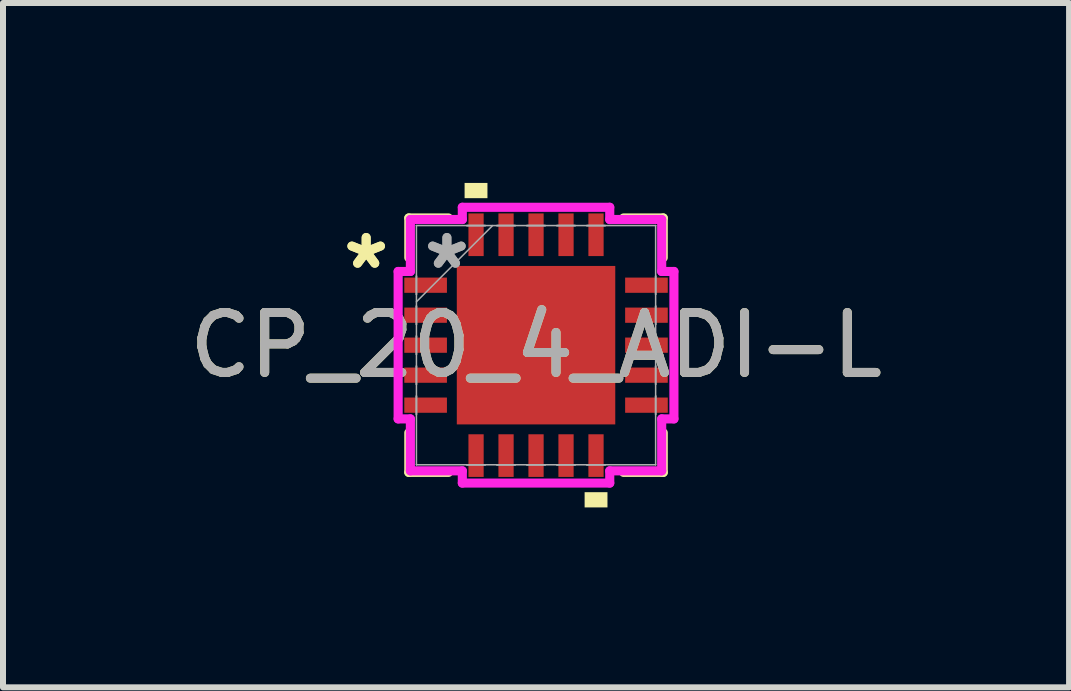
<source format=kicad_pcb>
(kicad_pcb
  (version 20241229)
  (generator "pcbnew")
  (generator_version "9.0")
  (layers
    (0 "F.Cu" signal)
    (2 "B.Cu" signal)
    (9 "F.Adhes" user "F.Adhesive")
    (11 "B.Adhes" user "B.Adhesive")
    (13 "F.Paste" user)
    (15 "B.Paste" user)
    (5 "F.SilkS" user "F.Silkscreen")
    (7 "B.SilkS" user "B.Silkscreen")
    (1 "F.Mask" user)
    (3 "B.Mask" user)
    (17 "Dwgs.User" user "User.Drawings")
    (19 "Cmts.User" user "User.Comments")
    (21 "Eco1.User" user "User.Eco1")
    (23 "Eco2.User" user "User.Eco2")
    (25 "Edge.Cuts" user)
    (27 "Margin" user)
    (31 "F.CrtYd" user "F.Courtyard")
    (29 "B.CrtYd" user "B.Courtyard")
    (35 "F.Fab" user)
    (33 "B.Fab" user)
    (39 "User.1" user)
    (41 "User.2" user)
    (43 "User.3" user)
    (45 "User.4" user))
  (footprint "CP_20_4_ADI-L"
    (layer "F.Cu")
    (at 5.887 2.705)
    (property "Reference" "CP_20_4_ADI-L" (at 0 0 0) (unlocked yes) (layer "F.SilkS") (effects (font (size 1 1) (thickness 0.15))))
    (attr smd)
    (fp_line (start -2.121 -2.121) (end -2.121 -1.46) (stroke (width 0.152) (type solid)) (layer "F.SilkS"))
    (fp_line (start -2.121 1.46) (end -2.121 2.121) (stroke (width 0.152) (type solid)) (layer "F.SilkS"))
    (fp_line (start -2.121 2.121) (end -1.46 2.121) (stroke (width 0.152) (type solid)) (layer "F.SilkS"))
    (fp_line (start -1.46 -2.121) (end -2.121 -2.121) (stroke (width 0.152) (type solid)) (layer "F.SilkS"))
    (fp_line (start 1.46 2.121) (end 2.121 2.121) (stroke (width 0.152) (type solid)) (layer "F.SilkS"))
    (fp_line (start 2.121 -2.121) (end 1.46 -2.121) (stroke (width 0.152) (type solid)) (layer "F.SilkS"))
    (fp_line (start 2.121 -1.46) (end 2.121 -2.121) (stroke (width 0.152) (type solid)) (layer "F.SilkS"))
    (fp_line (start 2.121 2.121) (end 2.121 1.46) (stroke (width 0.152) (type solid)) (layer "F.SilkS"))
    (fp_poly (pts (xy -1.191 -2.451) (xy -1.191 -2.705) (xy -0.81 -2.705) (xy -0.81 -2.451)) (stroke (width 0) (type solid)) (fill yes) (layer "F.SilkS"))
    (fp_poly (pts (xy 0.81 2.451) (xy 0.81 2.705) (xy 1.191 2.705) (xy 1.191 2.451)) (stroke (width 0) (type solid)) (fill yes) (layer "F.SilkS"))
    (fp_poly (pts (xy -1.221 -1.221) (xy -1.221 -0.1) (xy -0.1 -0.1) (xy -0.1 -1.221)) (stroke (width 0) (type solid)) (fill yes) (layer "F.Paste"))
    (fp_poly (pts (xy -1.221 0.1) (xy -1.221 1.221) (xy -0.1 1.221) (xy -0.1 0.1)) (stroke (width 0) (type solid)) (fill yes) (layer "F.Paste"))
    (fp_poly (pts (xy 0.1 -1.221) (xy 0.1 -0.1) (xy 1.221 -0.1) (xy 1.221 -1.221)) (stroke (width 0) (type solid)) (fill yes) (layer "F.Paste"))
    (fp_poly (pts (xy 0.1 0.1) (xy 0.1 1.221) (xy 1.221 1.221) (xy 1.221 0.1)) (stroke (width 0) (type solid)) (fill yes) (layer "F.Paste"))
    (fp_line (start -2.299 -1.229) (end -2.095 -1.229) (stroke (width 0.152) (type solid)) (layer "F.CrtYd"))
    (fp_line (start -2.299 1.229) (end -2.299 -1.229) (stroke (width 0.152) (type solid)) (layer "F.CrtYd"))
    (fp_line (start -2.095 -2.095) (end -1.229 -2.095) (stroke (width 0.152) (type solid)) (layer "F.CrtYd"))
    (fp_line (start -2.095 -1.229) (end -2.095 -2.095) (stroke (width 0.152) (type solid)) (layer "F.CrtYd"))
    (fp_line (start -2.095 1.229) (end -2.299 1.229) (stroke (width 0.152) (type solid)) (layer "F.CrtYd"))
    (fp_line (start -2.095 2.095) (end -2.095 1.229) (stroke (width 0.152) (type solid)) (layer "F.CrtYd"))
    (fp_line (start -1.229 -2.299) (end 1.229 -2.299) (stroke (width 0.152) (type solid)) (layer "F.CrtYd"))
    (fp_line (start -1.229 -2.095) (end -1.229 -2.299) (stroke (width 0.152) (type solid)) (layer "F.CrtYd"))
    (fp_line (start -1.229 2.095) (end -2.095 2.095) (stroke (width 0.152) (type solid)) (layer "F.CrtYd"))
    (fp_line (start -1.229 2.299) (end -1.229 2.095) (stroke (width 0.152) (type solid)) (layer "F.CrtYd"))
    (fp_line (start 1.229 -2.299) (end 1.229 -2.095) (stroke (width 0.152) (type solid)) (layer "F.CrtYd"))
    (fp_line (start 1.229 -2.095) (end 2.095 -2.095) (stroke (width 0.152) (type solid)) (layer "F.CrtYd"))
    (fp_line (start 1.229 2.095) (end 1.229 2.299) (stroke (width 0.152) (type solid)) (layer "F.CrtYd"))
    (fp_line (start 1.229 2.299) (end -1.229 2.299) (stroke (width 0.152) (type solid)) (layer "F.CrtYd"))
    (fp_line (start 2.095 -2.095) (end 2.095 -1.229) (stroke (width 0.152) (type solid)) (layer "F.CrtYd"))
    (fp_line (start 2.095 -1.229) (end 2.299 -1.229) (stroke (width 0.152) (type solid)) (layer "F.CrtYd"))
    (fp_line (start 2.095 1.229) (end 2.095 2.095) (stroke (width 0.152) (type solid)) (layer "F.CrtYd"))
    (fp_line (start 2.095 2.095) (end 1.229 2.095) (stroke (width 0.152) (type solid)) (layer "F.CrtYd"))
    (fp_line (start 2.299 -1.229) (end 2.299 1.229) (stroke (width 0.152) (type solid)) (layer "F.CrtYd"))
    (fp_line (start 2.299 1.229) (end 2.095 1.229) (stroke (width 0.152) (type solid)) (layer "F.CrtYd"))
    (fp_line (start -1.994 -1.994) (end -1.994 -1.994) (stroke (width 0.025) (type solid)) (layer "F.Fab"))
    (fp_line (start -1.994 -1.994) (end -1.994 1.994) (stroke (width 0.025) (type solid)) (layer "F.Fab"))
    (fp_line (start -1.994 -1.152) (end -1.994 -1.152) (stroke (width 0.025) (type solid)) (layer "F.Fab"))
    (fp_line (start -1.994 -1.152) (end -1.994 -0.848) (stroke (width 0.025) (type solid)) (layer "F.Fab"))
    (fp_line (start -1.994 -0.848) (end -1.994 -1.152) (stroke (width 0.025) (type solid)) (layer "F.Fab"))
    (fp_line (start -1.994 -0.848) (end -1.994 -0.848) (stroke (width 0.025) (type solid)) (layer "F.Fab"))
    (fp_line (start -1.994 -0.724) (end -0.724 -1.994) (stroke (width 0.025) (type solid)) (layer "F.Fab"))
    (fp_line (start -1.994 -0.652) (end -1.994 -0.652) (stroke (width 0.025) (type solid)) (layer "F.Fab"))
    (fp_line (start -1.994 -0.652) (end -1.994 -0.348) (stroke (width 0.025) (type solid)) (layer "F.Fab"))
    (fp_line (start -1.994 -0.348) (end -1.994 -0.652) (stroke (width 0.025) (type solid)) (layer "F.Fab"))
    (fp_line (start -1.994 -0.348) (end -1.994 -0.348) (stroke (width 0.025) (type solid)) (layer "F.Fab"))
    (fp_line (start -1.994 -0.152) (end -1.994 -0.152) (stroke (width 0.025) (type solid)) (layer "F.Fab"))
    (fp_line (start -1.994 -0.152) (end -1.994 0.152) (stroke (width 0.025) (type solid)) (layer "F.Fab"))
    (fp_line (start -1.994 0.152) (end -1.994 -0.152) (stroke (width 0.025) (type solid)) (layer "F.Fab"))
    (fp_line (start -1.994 0.152) (end -1.994 0.152) (stroke (width 0.025) (type solid)) (layer "F.Fab"))
    (fp_line (start -1.994 0.348) (end -1.994 0.348) (stroke (width 0.025) (type solid)) (layer "F.Fab"))
    (fp_line (start -1.994 0.348) (end -1.994 0.652) (stroke (width 0.025) (type solid)) (layer "F.Fab"))
    (fp_line (start -1.994 0.652) (end -1.994 0.348) (stroke (width 0.025) (type solid)) (layer "F.Fab"))
    (fp_line (start -1.994 0.652) (end -1.994 0.652) (stroke (width 0.025) (type solid)) (layer "F.Fab"))
    (fp_line (start -1.994 0.848) (end -1.994 0.848) (stroke (width 0.025) (type solid)) (layer "F.Fab"))
    (fp_line (start -1.994 0.848) (end -1.994 1.152) (stroke (width 0.025) (type solid)) (layer "F.Fab"))
    (fp_line (start -1.994 1.152) (end -1.994 0.848) (stroke (width 0.025) (type solid)) (layer "F.Fab"))
    (fp_line (start -1.994 1.152) (end -1.994 1.152) (stroke (width 0.025) (type solid)) (layer "F.Fab"))
    (fp_line (start -1.994 1.994) (end -1.994 1.994) (stroke (width 0.025) (type solid)) (layer "F.Fab"))
    (fp_line (start -1.994 1.994) (end 1.994 1.994) (stroke (width 0.025) (type solid)) (layer "F.Fab"))
    (fp_line (start -1.152 -1.994) (end -1.152 -1.994) (stroke (width 0.025) (type solid)) (layer "F.Fab"))
    (fp_line (start -1.152 -1.994) (end -0.848 -1.994) (stroke (width 0.025) (type solid)) (layer "F.Fab"))
    (fp_line (start -1.152 1.994) (end -1.152 1.994) (stroke (width 0.025) (type solid)) (layer "F.Fab"))
    (fp_line (start -1.152 1.994) (end -0.848 1.994) (stroke (width 0.025) (type solid)) (layer "F.Fab"))
    (fp_line (start -0.848 -1.994) (end -1.152 -1.994) (stroke (width 0.025) (type solid)) (layer "F.Fab"))
    (fp_line (start -0.848 -1.994) (end -0.848 -1.994) (stroke (width 0.025) (type solid)) (layer "F.Fab"))
    (fp_line (start -0.848 1.994) (end -1.152 1.994) (stroke (width 0.025) (type solid)) (layer "F.Fab"))
    (fp_line (start -0.848 1.994) (end -0.848 1.994) (stroke (width 0.025) (type solid)) (layer "F.Fab"))
    (fp_line (start -0.652 -1.994) (end -0.652 -1.994) (stroke (width 0.025) (type solid)) (layer "F.Fab"))
    (fp_line (start -0.652 -1.994) (end -0.348 -1.994) (stroke (width 0.025) (type solid)) (layer "F.Fab"))
    (fp_line (start -0.652 1.994) (end -0.652 1.994) (stroke (width 0.025) (type solid)) (layer "F.Fab"))
    (fp_line (start -0.652 1.994) (end -0.348 1.994) (stroke (width 0.025) (type solid)) (layer "F.Fab"))
    (fp_line (start -0.348 -1.994) (end -0.652 -1.994) (stroke (width 0.025) (type solid)) (layer "F.Fab"))
    (fp_line (start -0.348 -1.994) (end -0.348 -1.994) (stroke (width 0.025) (type solid)) (layer "F.Fab"))
    (fp_line (start -0.348 1.994) (end -0.652 1.994) (stroke (width 0.025) (type solid)) (layer "F.Fab"))
    (fp_line (start -0.348 1.994) (end -0.348 1.994) (stroke (width 0.025) (type solid)) (layer "F.Fab"))
    (fp_line (start -0.152 -1.994) (end -0.152 -1.994) (stroke (width 0.025) (type solid)) (layer "F.Fab"))
    (fp_line (start -0.152 -1.994) (end 0.152 -1.994) (stroke (width 0.025) (type solid)) (layer "F.Fab"))
    (fp_line (start -0.152 1.994) (end -0.152 1.994) (stroke (width 0.025) (type solid)) (layer "F.Fab"))
    (fp_line (start -0.152 1.994) (end 0.152 1.994) (stroke (width 0.025) (type solid)) (layer "F.Fab"))
    (fp_line (start 0.152 -1.994) (end -0.152 -1.994) (stroke (width 0.025) (type solid)) (layer "F.Fab"))
    (fp_line (start 0.152 -1.994) (end 0.152 -1.994) (stroke (width 0.025) (type solid)) (layer "F.Fab"))
    (fp_line (start 0.152 1.994) (end -0.152 1.994) (stroke (width 0.025) (type solid)) (layer "F.Fab"))
    (fp_line (start 0.152 1.994) (end 0.152 1.994) (stroke (width 0.025) (type solid)) (layer "F.Fab"))
    (fp_line (start 0.348 -1.994) (end 0.348 -1.994) (stroke (width 0.025) (type solid)) (layer "F.Fab"))
    (fp_line (start 0.348 -1.994) (end 0.652 -1.994) (stroke (width 0.025) (type solid)) (layer "F.Fab"))
    (fp_line (start 0.348 1.994) (end 0.348 1.994) (stroke (width 0.025) (type solid)) (layer "F.Fab"))
    (fp_line (start 0.348 1.994) (end 0.652 1.994) (stroke (width 0.025) (type solid)) (layer "F.Fab"))
    (fp_line (start 0.652 -1.994) (end 0.348 -1.994) (stroke (width 0.025) (type solid)) (layer "F.Fab"))
    (fp_line (start 0.652 -1.994) (end 0.652 -1.994) (stroke (width 0.025) (type solid)) (layer "F.Fab"))
    (fp_line (start 0.652 1.994) (end 0.348 1.994) (stroke (width 0.025) (type solid)) (layer "F.Fab"))
    (fp_line (start 0.652 1.994) (end 0.652 1.994) (stroke (width 0.025) (type solid)) (layer "F.Fab"))
    (fp_line (start 0.848 -1.994) (end 0.848 -1.994) (stroke (width 0.025) (type solid)) (layer "F.Fab"))
    (fp_line (start 0.848 -1.994) (end 1.152 -1.994) (stroke (width 0.025) (type solid)) (layer "F.Fab"))
    (fp_line (start 0.848 1.994) (end 0.848 1.994) (stroke (width 0.025) (type solid)) (layer "F.Fab"))
    (fp_line (start 0.848 1.994) (end 1.152 1.994) (stroke (width 0.025) (type solid)) (layer "F.Fab"))
    (fp_line (start 1.152 -1.994) (end 0.848 -1.994) (stroke (width 0.025) (type solid)) (layer "F.Fab"))
    (fp_line (start 1.152 -1.994) (end 1.152 -1.994) (stroke (width 0.025) (type solid)) (layer "F.Fab"))
    (fp_line (start 1.152 1.994) (end 0.848 1.994) (stroke (width 0.025) (type solid)) (layer "F.Fab"))
    (fp_line (start 1.152 1.994) (end 1.152 1.994) (stroke (width 0.025) (type solid)) (layer "F.Fab"))
    (fp_line (start 1.994 -1.994) (end -1.994 -1.994) (stroke (width 0.025) (type solid)) (layer "F.Fab"))
    (fp_line (start 1.994 -1.994) (end 1.994 -1.994) (stroke (width 0.025) (type solid)) (layer "F.Fab"))
    (fp_line (start 1.994 -1.152) (end 1.994 -1.152) (stroke (width 0.025) (type solid)) (layer "F.Fab"))
    (fp_line (start 1.994 -1.152) (end 1.994 -0.848) (stroke (width 0.025) (type solid)) (layer "F.Fab"))
    (fp_line (start 1.994 -0.848) (end 1.994 -1.152) (stroke (width 0.025) (type solid)) (layer "F.Fab"))
    (fp_line (start 1.994 -0.848) (end 1.994 -0.848) (stroke (width 0.025) (type solid)) (layer "F.Fab"))
    (fp_line (start 1.994 -0.652) (end 1.994 -0.652) (stroke (width 0.025) (type solid)) (layer "F.Fab"))
    (fp_line (start 1.994 -0.652) (end 1.994 -0.348) (stroke (width 0.025) (type solid)) (layer "F.Fab"))
    (fp_line (start 1.994 -0.348) (end 1.994 -0.652) (stroke (width 0.025) (type solid)) (layer "F.Fab"))
    (fp_line (start 1.994 -0.348) (end 1.994 -0.348) (stroke (width 0.025) (type solid)) (layer "F.Fab"))
    (fp_line (start 1.994 -0.152) (end 1.994 -0.152) (stroke (width 0.025) (type solid)) (layer "F.Fab"))
    (fp_line (start 1.994 -0.152) (end 1.994 0.152) (stroke (width 0.025) (type solid)) (layer "F.Fab"))
    (fp_line (start 1.994 0.152) (end 1.994 -0.152) (stroke (width 0.025) (type solid)) (layer "F.Fab"))
    (fp_line (start 1.994 0.152) (end 1.994 0.152) (stroke (width 0.025) (type solid)) (layer "F.Fab"))
    (fp_line (start 1.994 0.348) (end 1.994 0.348) (stroke (width 0.025) (type solid)) (layer "F.Fab"))
    (fp_line (start 1.994 0.348) (end 1.994 0.652) (stroke (width 0.025) (type solid)) (layer "F.Fab"))
    (fp_line (start 1.994 0.652) (end 1.994 0.348) (stroke (width 0.025) (type solid)) (layer "F.Fab"))
    (fp_line (start 1.994 0.652) (end 1.994 0.652) (stroke (width 0.025) (type solid)) (layer "F.Fab"))
    (fp_line (start 1.994 0.848) (end 1.994 0.848) (stroke (width 0.025) (type solid)) (layer "F.Fab"))
    (fp_line (start 1.994 0.848) (end 1.994 1.152) (stroke (width 0.025) (type solid)) (layer "F.Fab"))
    (fp_line (start 1.994 1.152) (end 1.994 0.848) (stroke (width 0.025) (type solid)) (layer "F.Fab"))
    (fp_line (start 1.994 1.152) (end 1.994 1.152) (stroke (width 0.025) (type solid)) (layer "F.Fab"))
    (fp_line (start 1.994 1.994) (end 1.994 -1.994) (stroke (width 0.025) (type solid)) (layer "F.Fab"))
    (fp_line (start 1.994 1.994) (end 1.994 1.994) (stroke (width 0.025) (type solid)) (layer "F.Fab"))
    (fp_text user "*" (at -2.832 -1.25 0) (layer "F.SilkS") (effects (font (size 1 1) (thickness 0.15))))
    (fp_text user "*" (at -2.832 -1.25 0) (unlocked yes) (layer "F.SilkS") (effects (font (size 1 1) (thickness 0.15))))
    (fp_text user "${REFERENCE}" (at 0 0 0) (unlocked yes) (layer "F.Fab") (effects (font (size 1 1) (thickness 0.15))))
    (fp_text user "*" (at -1.486 -1.25 0) (layer "F.Fab") (effects (font (size 1 1) (thickness 0.15))))
    (fp_text user "*" (at -1.486 -1.25 0) (unlocked yes) (layer "F.Fab") (effects (font (size 1 1) (thickness 0.15))))
    (pad "1" smd rect (at -1.841 -1 90) (size 0.254 0.711) (layers "F.Cu" "F.Mask" "F.Paste"))
    (pad "2" smd rect (at -1.841 -0.5 90) (size 0.254 0.711) (layers "F.Cu" "F.Mask" "F.Paste"))
    (pad "3" smd rect (at -1.841 0 90) (size 0.254 0.711) (layers "F.Cu" "F.Mask" "F.Paste"))
    (pad "4" smd rect (at -1.841 0.5 90) (size 0.254 0.711) (layers "F.Cu" "F.Mask" "F.Paste"))
    (pad "5" smd rect (at -1.841 1 90) (size 0.254 0.711) (layers "F.Cu" "F.Mask" "F.Paste"))
    (pad "6" smd rect (at -1 1.841) (size 0.254 0.711) (layers "F.Cu" "F.Mask" "F.Paste"))
    (pad "7" smd rect (at -0.5 1.841) (size 0.254 0.711) (layers "F.Cu" "F.Mask" "F.Paste"))
    (pad "8" smd rect (at 0 1.841) (size 0.254 0.711) (layers "F.Cu" "F.Mask" "F.Paste"))
    (pad "9" smd rect (at 0.5 1.841) (size 0.254 0.711) (layers "F.Cu" "F.Mask" "F.Paste"))
    (pad "10" smd rect (at 1 1.841) (size 0.254 0.711) (layers "F.Cu" "F.Mask" "F.Paste"))
    (pad "11" smd rect (at 1.841 1 90) (size 0.254 0.711) (layers "F.Cu" "F.Mask" "F.Paste"))
    (pad "12" smd rect (at 1.841 0.5 90) (size 0.254 0.711) (layers "F.Cu" "F.Mask" "F.Paste"))
    (pad "13" smd rect (at 1.841 0 90) (size 0.254 0.711) (layers "F.Cu" "F.Mask" "F.Paste"))
    (pad "14" smd rect (at 1.841 -0.5 90) (size 0.254 0.711) (layers "F.Cu" "F.Mask" "F.Paste"))
    (pad "15" smd rect (at 1.841 -1 90) (size 0.254 0.711) (layers "F.Cu" "F.Mask" "F.Paste"))
    (pad "16" smd rect (at 1 -1.841) (size 0.254 0.711) (layers "F.Cu" "F.Mask" "F.Paste"))
    (pad "17" smd rect (at 0.5 -1.841) (size 0.254 0.711) (layers "F.Cu" "F.Mask" "F.Paste"))
    (pad "18" smd rect (at 0 -1.841) (size 0.254 0.711) (layers "F.Cu" "F.Mask" "F.Paste"))
    (pad "19" smd rect (at -0.5 -1.841) (size 0.254 0.711) (layers "F.Cu" "F.Mask" "F.Paste"))
    (pad "20" smd rect (at -1 -1.841) (size 0.254 0.711) (layers "F.Cu" "F.Mask" "F.Paste"))
    (pad "21" smd rect (at 0 0) (size 2.642 2.642) (layers "F.Cu" "F.Mask" "F.Paste")))
  (gr_rect
    (start -3 -3)
    (end 14.774 8.41)
    (stroke (width 0.1) (type default))
    (fill no)
    (layer "Edge.Cuts")))
</source>
